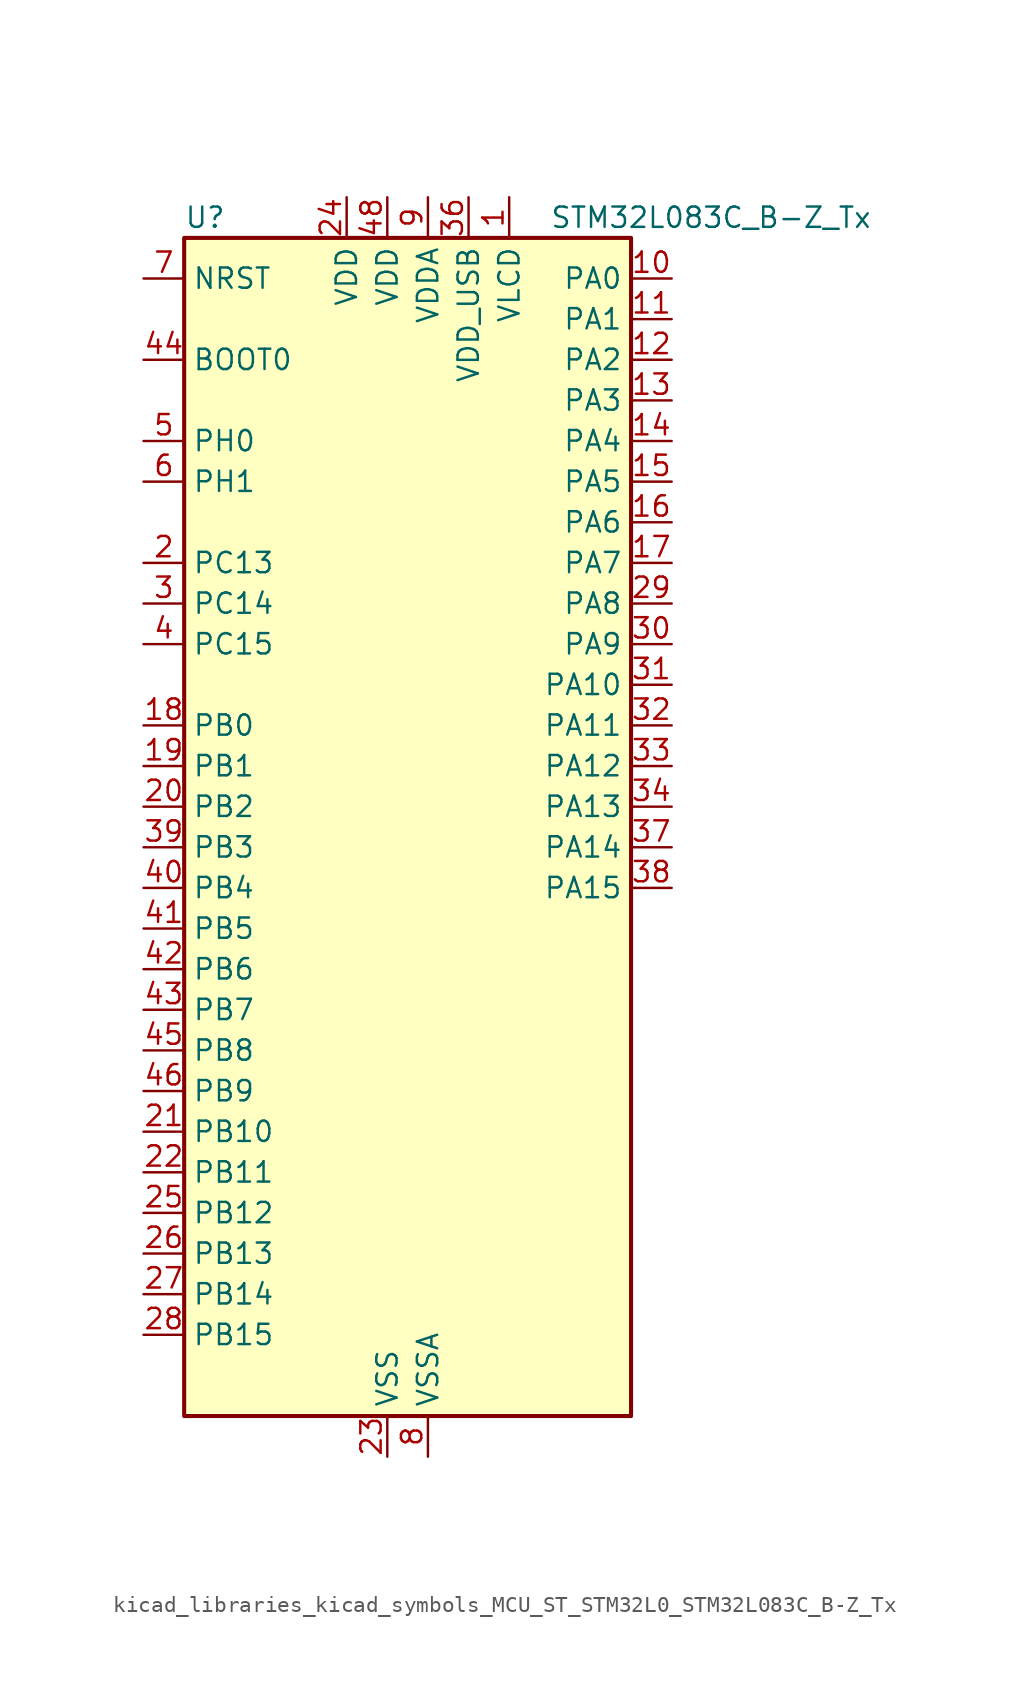
<source format=kicad_sym>
(kicad_symbol_lib
  (version 20220914)
  (generator kicad_symbol_editor)
  (symbol "kicad_libraries_kicad_symbols_MCU_ST_STM32L0_STM32L083C_B-Z_Tx"
    (property "Reference" "U"
      (at -12.7 39.37 0)
      (effects (font (size 1.27 1.27)) (justify left)))
    (property "Value" "STM32L083C_B-Z_Tx"
      (at 10.16 39.37 0)
      (effects (font (size 1.27 1.27)) (justify left)))
    (property "ki_locked" ""
      (at 0 0 0)
      (effects (font (size 1.27 1.27))))
    (symbol "kicad_libraries_kicad_symbols_MCU_ST_STM32L0_STM32L083C_B-Z_Tx_0_1"
      (rectangle (start -12.7 -35.56) (end 15.24 38.1) (stroke (width 0.254) (type default)) (fill (type background))))
    (symbol "kicad_libraries_kicad_symbols_MCU_ST_STM32L0_STM32L083C_B-Z_Tx_1_1"
      (pin power_in line (at 7.62 40.64 270) (length 2.54) (name "VLCD" (effects (font (size 1.27 1.27)))) (number "1" (effects (font (size 1.27 1.27)))))
      (pin bidirectional line (at 17.78 35.56 180) (length 2.54) (name "PA0" (effects (font (size 1.27 1.27)))) (number "10" (effects (font (size 1.27 1.27)))) (alternate "ADC_IN0" bidirectional line) (alternate "COMP1_INM" bidirectional line) (alternate "COMP1_OUT" bidirectional line) (alternate "RTC_TAMP2" bidirectional line) (alternate "SYS_WKUP1" bidirectional line) (alternate "TIM2_CH1" bidirectional line) (alternate "TIM2_ETR" bidirectional line) (alternate "TSC_G1_IO1" bidirectional line) (alternate "USART2_CTS" bidirectional line) (alternate "USART4_TX" bidirectional line))
      (pin bidirectional line (at 17.78 33.02 180) (length 2.54) (name "PA1" (effects (font (size 1.27 1.27)))) (number "11" (effects (font (size 1.27 1.27)))) (alternate "ADC_IN1" bidirectional line) (alternate "COMP1_INP" bidirectional line) (alternate "LCD_SEG0" bidirectional line) (alternate "TIM21_ETR" bidirectional line) (alternate "TIM2_CH2" bidirectional line) (alternate "TSC_G1_IO2" bidirectional line) (alternate "USART2_DE" bidirectional line) (alternate "USART2_RTS" bidirectional line) (alternate "USART4_RX" bidirectional line))
      (pin bidirectional line (at 17.78 30.48 180) (length 2.54) (name "PA2" (effects (font (size 1.27 1.27)))) (number "12" (effects (font (size 1.27 1.27)))) (alternate "ADC_IN2" bidirectional line) (alternate "COMP2_INM" bidirectional line) (alternate "COMP2_OUT" bidirectional line) (alternate "LCD_SEG1" bidirectional line) (alternate "LPUART1_TX" bidirectional line) (alternate "TIM21_CH1" bidirectional line) (alternate "TIM2_CH3" bidirectional line) (alternate "TSC_G1_IO3" bidirectional line) (alternate "USART2_TX" bidirectional line))
      (pin bidirectional line (at 17.78 27.94 180) (length 2.54) (name "PA3" (effects (font (size 1.27 1.27)))) (number "13" (effects (font (size 1.27 1.27)))) (alternate "ADC_IN3" bidirectional line) (alternate "COMP2_INP" bidirectional line) (alternate "LCD_SEG2" bidirectional line) (alternate "LPUART1_RX" bidirectional line) (alternate "TIM21_CH2" bidirectional line) (alternate "TIM2_CH4" bidirectional line) (alternate "TSC_G1_IO4" bidirectional line) (alternate "USART2_RX" bidirectional line))
      (pin bidirectional line (at 17.78 25.4 180) (length 2.54) (name "PA4" (effects (font (size 1.27 1.27)))) (number "14" (effects (font (size 1.27 1.27)))) (alternate "ADC_IN4" bidirectional line) (alternate "COMP1_INM" bidirectional line) (alternate "COMP2_INM" bidirectional line) (alternate "DAC_OUT1" bidirectional line) (alternate "SPI1_NSS" bidirectional line) (alternate "TIM22_ETR" bidirectional line) (alternate "TSC_G2_IO1" bidirectional line) (alternate "USART2_CK" bidirectional line))
      (pin bidirectional line (at 17.78 22.86 180) (length 2.54) (name "PA5" (effects (font (size 1.27 1.27)))) (number "15" (effects (font (size 1.27 1.27)))) (alternate "ADC_IN5" bidirectional line) (alternate "COMP1_INM" bidirectional line) (alternate "COMP2_INM" bidirectional line) (alternate "DAC_OUT2" bidirectional line) (alternate "SPI1_SCK" bidirectional line) (alternate "TIM2_CH1" bidirectional line) (alternate "TIM2_ETR" bidirectional line) (alternate "TSC_G2_IO2" bidirectional line))
      (pin bidirectional line (at 17.78 20.32 180) (length 2.54) (name "PA6" (effects (font (size 1.27 1.27)))) (number "16" (effects (font (size 1.27 1.27)))) (alternate "ADC_IN6" bidirectional line) (alternate "COMP1_OUT" bidirectional line) (alternate "LCD_SEG3" bidirectional line) (alternate "LPUART1_CTS" bidirectional line) (alternate "SPI1_MISO" bidirectional line) (alternate "TIM22_CH1" bidirectional line) (alternate "TIM3_CH1" bidirectional line) (alternate "TSC_G2_IO3" bidirectional line))
      (pin bidirectional line (at 17.78 17.78 180) (length 2.54) (name "PA7" (effects (font (size 1.27 1.27)))) (number "17" (effects (font (size 1.27 1.27)))) (alternate "ADC_IN7" bidirectional line) (alternate "COMP2_OUT" bidirectional line) (alternate "LCD_SEG4" bidirectional line) (alternate "SPI1_MOSI" bidirectional line) (alternate "TIM22_CH2" bidirectional line) (alternate "TIM3_CH2" bidirectional line) (alternate "TSC_G2_IO4" bidirectional line))
      (pin bidirectional line (at -15.24 7.62 0) (length 2.54) (name "PB0" (effects (font (size 1.27 1.27)))) (number "18" (effects (font (size 1.27 1.27)))) (alternate "ADC_IN8" bidirectional line) (alternate "LCD_SEG5" bidirectional line) (alternate "LCD_VLCD3" bidirectional line) (alternate "SYS_VREF_OUT_PB0" bidirectional line) (alternate "TIM3_CH3" bidirectional line) (alternate "TSC_G3_IO2" bidirectional line))
      (pin bidirectional line (at -15.24 5.08 0) (length 2.54) (name "PB1" (effects (font (size 1.27 1.27)))) (number "19" (effects (font (size 1.27 1.27)))) (alternate "ADC_IN9" bidirectional line) (alternate "LCD_SEG6" bidirectional line) (alternate "LPUART1_DE" bidirectional line) (alternate "LPUART1_RTS" bidirectional line) (alternate "SYS_VREF_OUT_PB1" bidirectional line) (alternate "TIM3_CH4" bidirectional line) (alternate "TSC_G3_IO3" bidirectional line))
      (pin bidirectional line (at -15.24 17.78 0) (length 2.54) (name "PC13" (effects (font (size 1.27 1.27)))) (number "2" (effects (font (size 1.27 1.27)))) (alternate "RTC_OUT_ALARM" bidirectional line) (alternate "RTC_OUT_CALIB" bidirectional line) (alternate "RTC_TAMP1" bidirectional line) (alternate "RTC_TS" bidirectional line) (alternate "SYS_WKUP2" bidirectional line))
      (pin bidirectional line (at -15.24 2.54 0) (length 2.54) (name "PB2" (effects (font (size 1.27 1.27)))) (number "20" (effects (font (size 1.27 1.27)))) (alternate "I2C3_SMBA" bidirectional line) (alternate "LCD_VLCD2" bidirectional line) (alternate "LPTIM1_OUT" bidirectional line) (alternate "TSC_G3_IO4" bidirectional line))
      (pin bidirectional line (at -15.24 -17.78 0) (length 2.54) (name "PB10" (effects (font (size 1.27 1.27)))) (number "21" (effects (font (size 1.27 1.27)))) (alternate "I2C2_SCL" bidirectional line) (alternate "LCD_SEG10" bidirectional line) (alternate "LPUART1_RX" bidirectional line) (alternate "LPUART1_TX" bidirectional line) (alternate "SPI2_SCK" bidirectional line) (alternate "TIM2_CH3" bidirectional line) (alternate "TSC_SYNC" bidirectional line))
      (pin bidirectional line (at -15.24 -20.32 0) (length 2.54) (name "PB11" (effects (font (size 1.27 1.27)))) (number "22" (effects (font (size 1.27 1.27)))) (alternate "ADC_EXTI11" bidirectional line) (alternate "I2C2_SDA" bidirectional line) (alternate "LCD_SEG11" bidirectional line) (alternate "LPUART1_RX" bidirectional line) (alternate "LPUART1_TX" bidirectional line) (alternate "TIM2_CH4" bidirectional line) (alternate "TSC_G6_IO1" bidirectional line))
      (pin power_in line (at 0 -38.1 90) (length 2.54) (name "VSS" (effects (font (size 1.27 1.27)))) (number "23" (effects (font (size 1.27 1.27)))))
      (pin power_in line (at -2.54 40.64 270) (length 2.54) (name "VDD" (effects (font (size 1.27 1.27)))) (number "24" (effects (font (size 1.27 1.27)))))
      (pin bidirectional line (at -15.24 -22.86 0) (length 2.54) (name "PB12" (effects (font (size 1.27 1.27)))) (number "25" (effects (font (size 1.27 1.27)))) (alternate "I2S2_WS" bidirectional line) (alternate "LCD_SEG12" bidirectional line) (alternate "LCD_VLCD2" bidirectional line) (alternate "LPUART1_DE" bidirectional line) (alternate "LPUART1_RTS" bidirectional line) (alternate "SPI2_NSS" bidirectional line) (alternate "TSC_G6_IO2" bidirectional line))
      (pin bidirectional line (at -15.24 -25.4 0) (length 2.54) (name "PB13" (effects (font (size 1.27 1.27)))) (number "26" (effects (font (size 1.27 1.27)))) (alternate "I2C2_SCL" bidirectional line) (alternate "I2S2_CK" bidirectional line) (alternate "LCD_SEG13" bidirectional line) (alternate "LPUART1_CTS" bidirectional line) (alternate "RCC_MCO" bidirectional line) (alternate "SPI2_SCK" bidirectional line) (alternate "TIM21_CH1" bidirectional line) (alternate "TSC_G6_IO3" bidirectional line))
      (pin bidirectional line (at -15.24 -27.94 0) (length 2.54) (name "PB14" (effects (font (size 1.27 1.27)))) (number "27" (effects (font (size 1.27 1.27)))) (alternate "I2C2_SDA" bidirectional line) (alternate "I2S2_MCK" bidirectional line) (alternate "LCD_SEG14" bidirectional line) (alternate "LPUART1_DE" bidirectional line) (alternate "LPUART1_RTS" bidirectional line) (alternate "RTC_OUT_ALARM" bidirectional line) (alternate "RTC_OUT_CALIB" bidirectional line) (alternate "SPI2_MISO" bidirectional line) (alternate "TIM21_CH2" bidirectional line) (alternate "TSC_G6_IO4" bidirectional line))
      (pin bidirectional line (at -15.24 -30.48 0) (length 2.54) (name "PB15" (effects (font (size 1.27 1.27)))) (number "28" (effects (font (size 1.27 1.27)))) (alternate "I2S2_SD" bidirectional line) (alternate "LCD_SEG15" bidirectional line) (alternate "RTC_REFIN" bidirectional line) (alternate "SPI2_MOSI" bidirectional line))
      (pin bidirectional line (at 17.78 15.24 180) (length 2.54) (name "PA8" (effects (font (size 1.27 1.27)))) (number "29" (effects (font (size 1.27 1.27)))) (alternate "CRS_SYNC" bidirectional line) (alternate "I2C3_SCL" bidirectional line) (alternate "LCD_COM0" bidirectional line) (alternate "RCC_MCO" bidirectional line) (alternate "USART1_CK" bidirectional line))
      (pin bidirectional line (at -15.24 15.24 0) (length 2.54) (name "PC14" (effects (font (size 1.27 1.27)))) (number "3" (effects (font (size 1.27 1.27)))) (alternate "RCC_OSC32_IN" bidirectional line))
      (pin bidirectional line (at 17.78 12.7 180) (length 2.54) (name "PA9" (effects (font (size 1.27 1.27)))) (number "30" (effects (font (size 1.27 1.27)))) (alternate "DAC_EXTI9" bidirectional line) (alternate "I2C1_SCL" bidirectional line) (alternate "I2C3_SMBA" bidirectional line) (alternate "LCD_COM1" bidirectional line) (alternate "RCC_MCO" bidirectional line) (alternate "TSC_G4_IO1" bidirectional line) (alternate "USART1_TX" bidirectional line))
      (pin bidirectional line (at 17.78 10.16 180) (length 2.54) (name "PA10" (effects (font (size 1.27 1.27)))) (number "31" (effects (font (size 1.27 1.27)))) (alternate "I2C1_SDA" bidirectional line) (alternate "LCD_COM2" bidirectional line) (alternate "TSC_G4_IO2" bidirectional line) (alternate "USART1_RX" bidirectional line))
      (pin bidirectional line (at 17.78 7.62 180) (length 2.54) (name "PA11" (effects (font (size 1.27 1.27)))) (number "32" (effects (font (size 1.27 1.27)))) (alternate "ADC_EXTI11" bidirectional line) (alternate "COMP1_OUT" bidirectional line) (alternate "SPI1_MISO" bidirectional line) (alternate "TSC_G4_IO3" bidirectional line) (alternate "USART1_CTS" bidirectional line) (alternate "USB_DM" bidirectional line))
      (pin bidirectional line (at 17.78 5.08 180) (length 2.54) (name "PA12" (effects (font (size 1.27 1.27)))) (number "33" (effects (font (size 1.27 1.27)))) (alternate "COMP2_OUT" bidirectional line) (alternate "SPI1_MOSI" bidirectional line) (alternate "TSC_G4_IO4" bidirectional line) (alternate "USART1_DE" bidirectional line) (alternate "USART1_RTS" bidirectional line) (alternate "USB_DP" bidirectional line))
      (pin bidirectional line (at 17.78 2.54 180) (length 2.54) (name "PA13" (effects (font (size 1.27 1.27)))) (number "34" (effects (font (size 1.27 1.27)))) (alternate "LPUART1_RX" bidirectional line) (alternate "SYS_SWDIO" bidirectional line) (alternate "USB_NOE" bidirectional line))
      (pin passive line (at 0 -38.1 90) (length 2.54) hide (name "VSS" (effects (font (size 1.27 1.27)))) (number "35" (effects (font (size 1.27 1.27)))))
      (pin power_in line (at 5.08 40.64 270) (length 2.54) (name "VDD_USB" (effects (font (size 1.27 1.27)))) (number "36" (effects (font (size 1.27 1.27)))))
      (pin bidirectional line (at 17.78 0 180) (length 2.54) (name "PA14" (effects (font (size 1.27 1.27)))) (number "37" (effects (font (size 1.27 1.27)))) (alternate "LPUART1_TX" bidirectional line) (alternate "SYS_SWCLK" bidirectional line) (alternate "USART2_TX" bidirectional line))
      (pin bidirectional line (at 17.78 -2.54 180) (length 2.54) (name "PA15" (effects (font (size 1.27 1.27)))) (number "38" (effects (font (size 1.27 1.27)))) (alternate "LCD_SEG17" bidirectional line) (alternate "SPI1_NSS" bidirectional line) (alternate "TIM2_CH1" bidirectional line) (alternate "TIM2_ETR" bidirectional line) (alternate "USART2_RX" bidirectional line) (alternate "USART4_DE" bidirectional line) (alternate "USART4_RTS" bidirectional line))
      (pin bidirectional line (at -15.24 0 0) (length 2.54) (name "PB3" (effects (font (size 1.27 1.27)))) (number "39" (effects (font (size 1.27 1.27)))) (alternate "COMP2_INM" bidirectional line) (alternate "LCD_SEG7" bidirectional line) (alternate "SPI1_SCK" bidirectional line) (alternate "TIM2_CH2" bidirectional line) (alternate "TSC_G5_IO1" bidirectional line) (alternate "USART1_DE" bidirectional line) (alternate "USART1_RTS" bidirectional line) (alternate "USART5_TX" bidirectional line))
      (pin bidirectional line (at -15.24 12.7 0) (length 2.54) (name "PC15" (effects (font (size 1.27 1.27)))) (number "4" (effects (font (size 1.27 1.27)))) (alternate "RCC_OSC32_OUT" bidirectional line))
      (pin bidirectional line (at -15.24 -2.54 0) (length 2.54) (name "PB4" (effects (font (size 1.27 1.27)))) (number "40" (effects (font (size 1.27 1.27)))) (alternate "COMP2_INP" bidirectional line) (alternate "I2C3_SDA" bidirectional line) (alternate "LCD_SEG8" bidirectional line) (alternate "SPI1_MISO" bidirectional line) (alternate "TIM22_CH1" bidirectional line) (alternate "TIM3_CH1" bidirectional line) (alternate "TSC_G5_IO2" bidirectional line) (alternate "USART1_CTS" bidirectional line) (alternate "USART5_RX" bidirectional line))
      (pin bidirectional line (at -15.24 -5.08 0) (length 2.54) (name "PB5" (effects (font (size 1.27 1.27)))) (number "41" (effects (font (size 1.27 1.27)))) (alternate "COMP2_INP" bidirectional line) (alternate "I2C1_SMBA" bidirectional line) (alternate "LCD_SEG9" bidirectional line) (alternate "LPTIM1_IN1" bidirectional line) (alternate "SPI1_MOSI" bidirectional line) (alternate "TIM22_CH2" bidirectional line) (alternate "TIM3_CH2" bidirectional line) (alternate "USART1_CK" bidirectional line) (alternate "USART5_CK" bidirectional line) (alternate "USART5_DE" bidirectional line) (alternate "USART5_RTS" bidirectional line))
      (pin bidirectional line (at -15.24 -7.62 0) (length 2.54) (name "PB6" (effects (font (size 1.27 1.27)))) (number "42" (effects (font (size 1.27 1.27)))) (alternate "COMP2_INP" bidirectional line) (alternate "I2C1_SCL" bidirectional line) (alternate "LPTIM1_ETR" bidirectional line) (alternate "TSC_G5_IO3" bidirectional line) (alternate "USART1_TX" bidirectional line))
      (pin bidirectional line (at -15.24 -10.16 0) (length 2.54) (name "PB7" (effects (font (size 1.27 1.27)))) (number "43" (effects (font (size 1.27 1.27)))) (alternate "COMP2_INP" bidirectional line) (alternate "I2C1_SDA" bidirectional line) (alternate "LPTIM1_IN2" bidirectional line) (alternate "SYS_PVD_IN" bidirectional line) (alternate "TSC_G5_IO4" bidirectional line) (alternate "USART1_RX" bidirectional line) (alternate "USART4_CTS" bidirectional line))
      (pin input line (at -15.24 30.48 0) (length 2.54) (name "BOOT0" (effects (font (size 1.27 1.27)))) (number "44" (effects (font (size 1.27 1.27)))))
      (pin bidirectional line (at -15.24 -12.7 0) (length 2.54) (name "PB8" (effects (font (size 1.27 1.27)))) (number "45" (effects (font (size 1.27 1.27)))) (alternate "I2C1_SCL" bidirectional line) (alternate "LCD_SEG16" bidirectional line) (alternate "TSC_SYNC" bidirectional line))
      (pin bidirectional line (at -15.24 -15.24 0) (length 2.54) (name "PB9" (effects (font (size 1.27 1.27)))) (number "46" (effects (font (size 1.27 1.27)))) (alternate "DAC_EXTI9" bidirectional line) (alternate "I2C1_SDA" bidirectional line) (alternate "I2S2_WS" bidirectional line) (alternate "LCD_COM3" bidirectional line) (alternate "SPI2_NSS" bidirectional line))
      (pin passive line (at 0 -38.1 90) (length 2.54) hide (name "VSS" (effects (font (size 1.27 1.27)))) (number "47" (effects (font (size 1.27 1.27)))))
      (pin power_in line (at 0 40.64 270) (length 2.54) (name "VDD" (effects (font (size 1.27 1.27)))) (number "48" (effects (font (size 1.27 1.27)))))
      (pin bidirectional line (at -15.24 25.4 0) (length 2.54) (name "PH0" (effects (font (size 1.27 1.27)))) (number "5" (effects (font (size 1.27 1.27)))) (alternate "CRS_SYNC" bidirectional line) (alternate "RCC_OSC_IN" bidirectional line))
      (pin bidirectional line (at -15.24 22.86 0) (length 2.54) (name "PH1" (effects (font (size 1.27 1.27)))) (number "6" (effects (font (size 1.27 1.27)))) (alternate "RCC_OSC_OUT" bidirectional line))
      (pin input line (at -15.24 35.56 0) (length 2.54) (name "NRST" (effects (font (size 1.27 1.27)))) (number "7" (effects (font (size 1.27 1.27)))))
      (pin power_in line (at 2.54 -38.1 90) (length 2.54) (name "VSSA" (effects (font (size 1.27 1.27)))) (number "8" (effects (font (size 1.27 1.27)))))
      (pin power_in line (at 2.54 40.64 270) (length 2.54) (name "VDDA" (effects (font (size 1.27 1.27)))) (number "9" (effects (font (size 1.27 1.27))))))))
</source>
